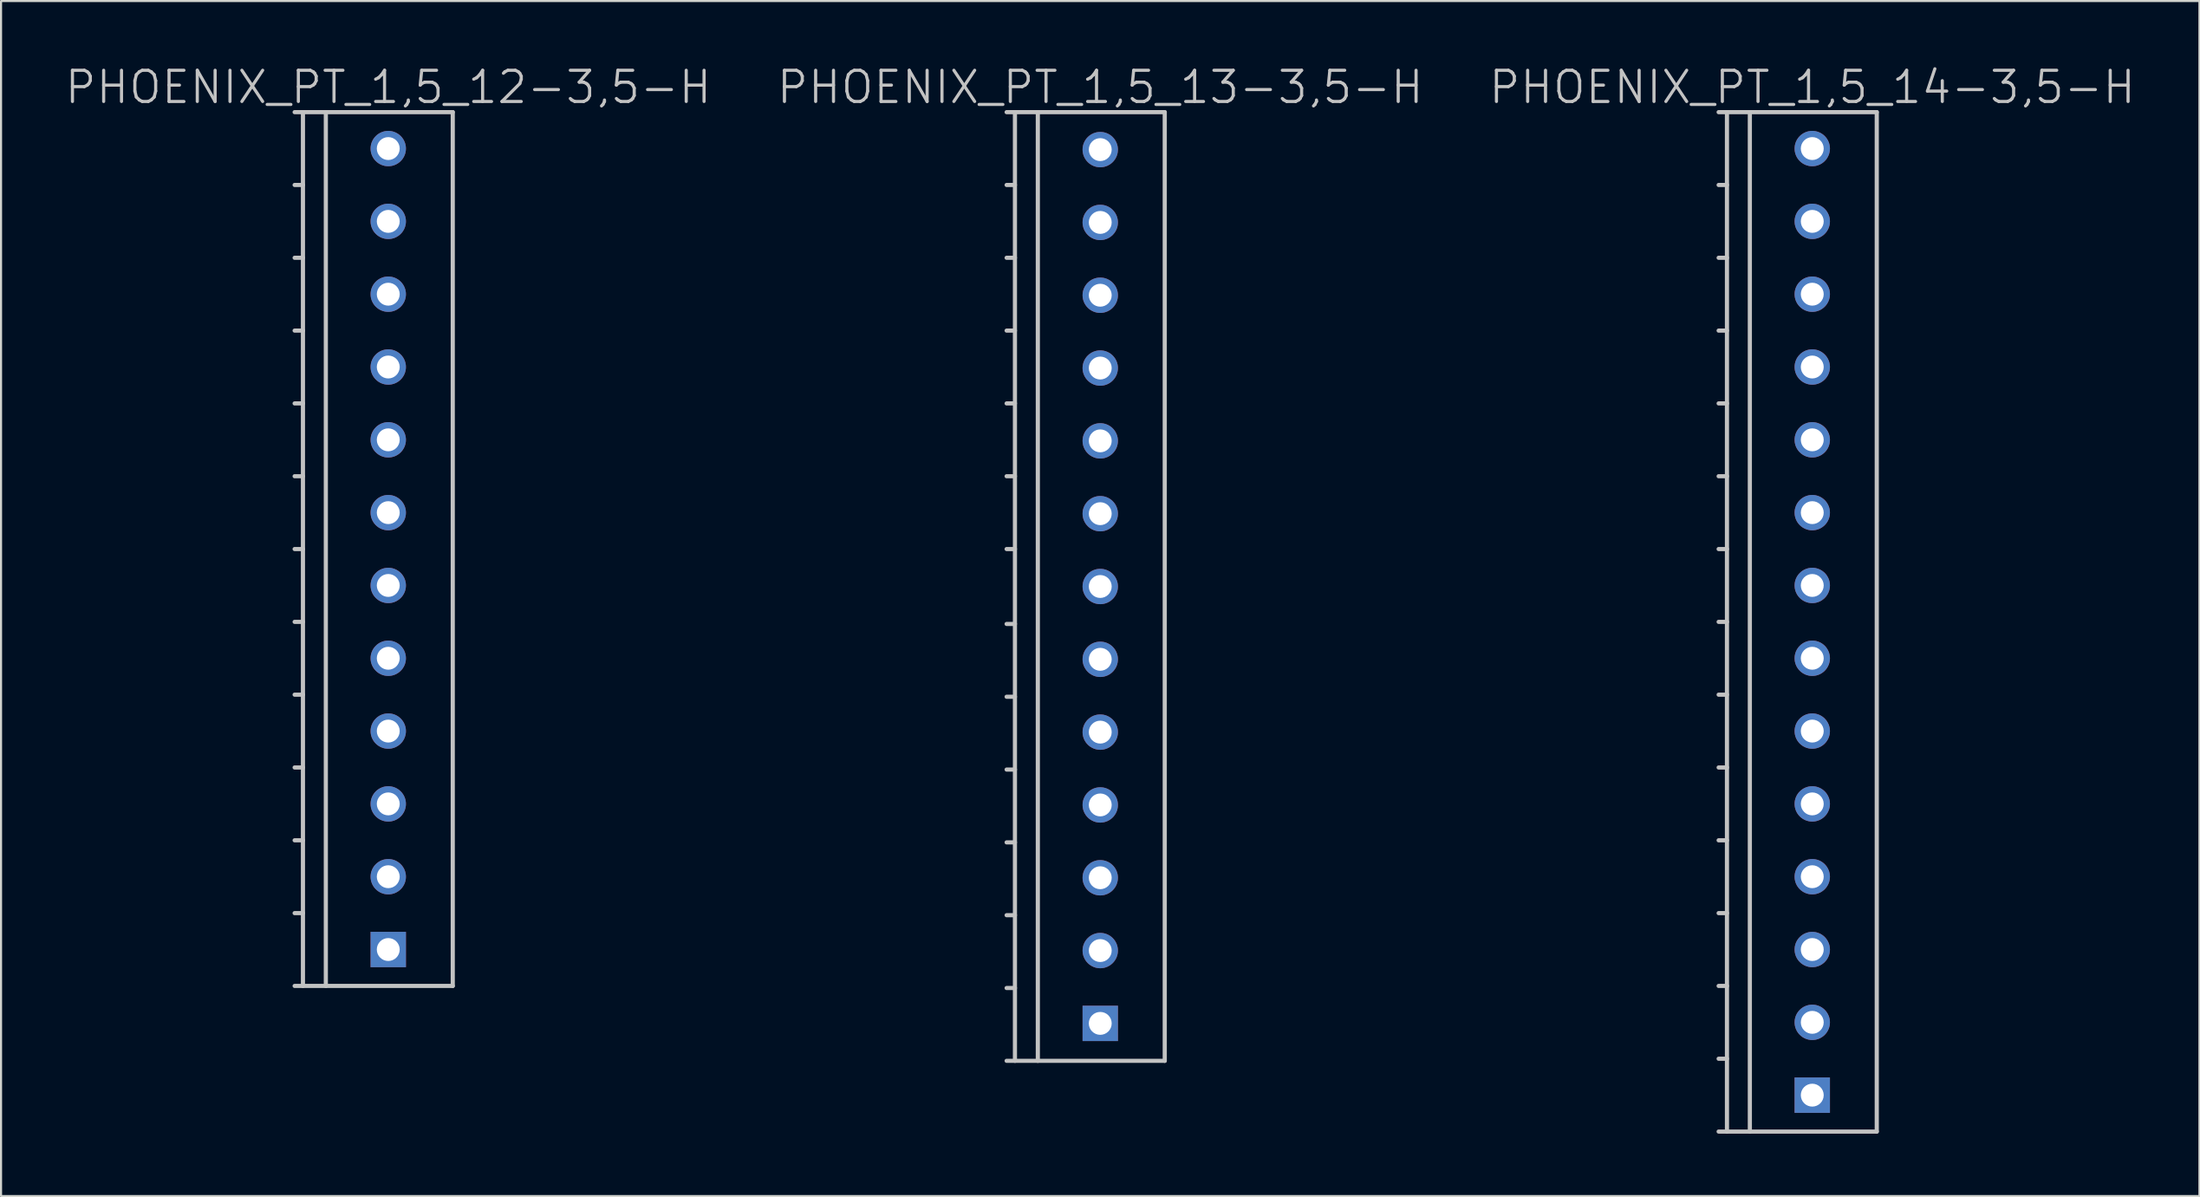
<source format=kicad_pcb>
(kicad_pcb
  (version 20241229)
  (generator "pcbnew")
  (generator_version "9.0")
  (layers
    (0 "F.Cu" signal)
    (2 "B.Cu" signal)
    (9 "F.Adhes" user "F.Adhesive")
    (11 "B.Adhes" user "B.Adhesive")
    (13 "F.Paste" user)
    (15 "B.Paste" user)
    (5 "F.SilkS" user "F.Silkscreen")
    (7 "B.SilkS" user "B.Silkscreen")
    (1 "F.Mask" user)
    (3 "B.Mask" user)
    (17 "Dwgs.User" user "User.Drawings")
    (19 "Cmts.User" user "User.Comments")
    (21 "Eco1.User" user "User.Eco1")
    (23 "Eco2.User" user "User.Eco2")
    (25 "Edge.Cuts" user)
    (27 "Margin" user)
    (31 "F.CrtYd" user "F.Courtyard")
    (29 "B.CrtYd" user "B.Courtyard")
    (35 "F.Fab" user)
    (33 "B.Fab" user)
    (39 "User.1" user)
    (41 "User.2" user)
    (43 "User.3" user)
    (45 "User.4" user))
  (footprint "PHOENIX_PT_1,5_13-3,5-H"
    (layer "F.Cu")
    (at 49.832 25.141)
    (property "Reference" "PHOENIX_PT_1,5_13-3,5-H" (at 0 -24 180) (layer "Dwgs.User") (effects (font (size 1.5 1.5) (thickness 0.15))))
    (attr through_hole)
    (fp_line (start -4.5 22.8) (end 3.1 22.8) (stroke (width 0.2) (type solid)) (layer "Dwgs.User"))
    (fp_line (start -4.1 -22.8) (end -4.1 22.8) (stroke (width 0.2) (type solid)) (layer "Dwgs.User"))
    (fp_line (start -4.1 -19.3) (end -4.5 -19.3) (stroke (width 0.2) (type solid)) (layer "Dwgs.User"))
    (fp_line (start -4.1 -15.8) (end -4.5 -15.8) (stroke (width 0.2) (type solid)) (layer "Dwgs.User"))
    (fp_line (start -4.1 -12.3) (end -4.5 -12.3) (stroke (width 0.2) (type solid)) (layer "Dwgs.User"))
    (fp_line (start -4.1 -8.8) (end -4.5 -8.8) (stroke (width 0.2) (type solid)) (layer "Dwgs.User"))
    (fp_line (start -4.1 -5.3) (end -4.5 -5.3) (stroke (width 0.2) (type solid)) (layer "Dwgs.User"))
    (fp_line (start -4.1 -1.8) (end -4.5 -1.8) (stroke (width 0.2) (type solid)) (layer "Dwgs.User"))
    (fp_line (start -4.1 1.8) (end -4.5 1.8) (stroke (width 0.2) (type solid)) (layer "Dwgs.User"))
    (fp_line (start -4.1 5.3) (end -4.5 5.3) (stroke (width 0.2) (type solid)) (layer "Dwgs.User"))
    (fp_line (start -4.1 8.8) (end -4.5 8.8) (stroke (width 0.2) (type solid)) (layer "Dwgs.User"))
    (fp_line (start -4.1 12.3) (end -4.5 12.3) (stroke (width 0.2) (type solid)) (layer "Dwgs.User"))
    (fp_line (start -4.1 15.8) (end -4.5 15.8) (stroke (width 0.2) (type solid)) (layer "Dwgs.User"))
    (fp_line (start -4.1 19.3) (end -4.5 19.3) (stroke (width 0.2) (type solid)) (layer "Dwgs.User"))
    (fp_line (start -3 -22.8) (end -3 22.8) (stroke (width 0.2) (type solid)) (layer "Dwgs.User"))
    (fp_line (start 3.1 -22.8) (end -4.5 -22.8) (stroke (width 0.2) (type solid)) (layer "Dwgs.User"))
    (fp_line (start 3.1 22.8) (end 3.1 -22.8) (stroke (width 0.2) (type solid)) (layer "Dwgs.User"))
    (pad "1" thru_hole rect (at 0 21) (size 1.7 1.7) (drill 1.1) (layers "*.Cu" "*.Mask"))
    (pad "2" thru_hole circle (at 0 17.5 270) (size 1.7 1.7) (drill 1.1) (layers "*.Cu" "*.Mask"))
    (pad "3" thru_hole circle (at 0 14 270) (size 1.7 1.7) (drill 1.1) (layers "*.Cu" "*.Mask"))
    (pad "4" thru_hole circle (at 0 10.5 270) (size 1.7 1.7) (drill 1.1) (layers "*.Cu" "*.Mask"))
    (pad "5" thru_hole circle (at 0 7 270) (size 1.7 1.7) (drill 1.1) (layers "*.Cu" "*.Mask"))
    (pad "6" thru_hole circle (at 0 3.5 270) (size 1.7 1.7) (drill 1.1) (layers "*.Cu" "*.Mask"))
    (pad "7" thru_hole circle (at 0 0 270) (size 1.7 1.7) (drill 1.1) (layers "*.Cu" "*.Mask"))
    (pad "8" thru_hole circle (at 0 -3.5 270) (size 1.7 1.7) (drill 1.1) (layers "*.Cu" "*.Mask"))
    (pad "9" thru_hole circle (at 0 -7 270) (size 1.7 1.7) (drill 1.1) (layers "*.Cu" "*.Mask"))
    (pad "10" thru_hole circle (at 0 -10.5 270) (size 1.7 1.7) (drill 1.1) (layers "*.Cu" "*.Mask"))
    (pad "11" thru_hole circle (at 0 -14 270) (size 1.7 1.7) (drill 1.1) (layers "*.Cu" "*.Mask"))
    (pad "12" thru_hole circle (at 0 -17.5 270) (size 1.7 1.7) (drill 1.1) (layers "*.Cu" "*.Mask"))
    (pad "13" thru_hole circle (at 0 -21 270) (size 1.7 1.7) (drill 1.1) (layers "*.Cu" "*.Mask")))
  (footprint "PHOENIX_PT_1,5_14-3,5-H"
    (layer "F.Cu")
    (at 84.054 26.841)
    (property "Reference" "PHOENIX_PT_1,5_14-3,5-H" (at 0 -25.7 180) (layer "Dwgs.User") (effects (font (size 1.5 1.5) (thickness 0.15))))
    (attr through_hole)
    (fp_line (start -4.5 24.5) (end 3.1 24.5) (stroke (width 0.2) (type solid)) (layer "Dwgs.User"))
    (fp_line (start -4.1 -24.5) (end -4.1 24.5) (stroke (width 0.2) (type solid)) (layer "Dwgs.User"))
    (fp_line (start -4.1 -21) (end -4.5 -21) (stroke (width 0.2) (type solid)) (layer "Dwgs.User"))
    (fp_line (start -4.1 -17.5) (end -4.5 -17.5) (stroke (width 0.2) (type solid)) (layer "Dwgs.User"))
    (fp_line (start -4.1 -14) (end -4.5 -14) (stroke (width 0.2) (type solid)) (layer "Dwgs.User"))
    (fp_line (start -4.1 -10.5) (end -4.5 -10.5) (stroke (width 0.2) (type solid)) (layer "Dwgs.User"))
    (fp_line (start -4.1 -7) (end -4.5 -7) (stroke (width 0.2) (type solid)) (layer "Dwgs.User"))
    (fp_line (start -4.1 -3.5) (end -4.5 -3.5) (stroke (width 0.2) (type solid)) (layer "Dwgs.User"))
    (fp_line (start -4.1 0) (end -4.5 0) (stroke (width 0.2) (type solid)) (layer "Dwgs.User"))
    (fp_line (start -4.1 3.5) (end -4.5 3.5) (stroke (width 0.2) (type solid)) (layer "Dwgs.User"))
    (fp_line (start -4.1 7) (end -4.5 7) (stroke (width 0.2) (type solid)) (layer "Dwgs.User"))
    (fp_line (start -4.1 10.5) (end -4.5 10.5) (stroke (width 0.2) (type solid)) (layer "Dwgs.User"))
    (fp_line (start -4.1 14) (end -4.5 14) (stroke (width 0.2) (type solid)) (layer "Dwgs.User"))
    (fp_line (start -4.1 17.5) (end -4.5 17.5) (stroke (width 0.2) (type solid)) (layer "Dwgs.User"))
    (fp_line (start -4.1 21) (end -4.5 21) (stroke (width 0.2) (type solid)) (layer "Dwgs.User"))
    (fp_line (start -3 -24.5) (end -3 24.5) (stroke (width 0.2) (type solid)) (layer "Dwgs.User"))
    (fp_line (start 3.1 -24.5) (end -4.5 -24.5) (stroke (width 0.2) (type solid)) (layer "Dwgs.User"))
    (fp_line (start 3.1 24.5) (end 3.1 -24.5) (stroke (width 0.2) (type solid)) (layer "Dwgs.User"))
    (pad "1" thru_hole rect (at 0 22.75) (size 1.7 1.7) (drill 1.1) (layers "*.Cu" "*.Mask"))
    (pad "2" thru_hole circle (at 0 19.25 270) (size 1.7 1.7) (drill 1.1) (layers "*.Cu" "*.Mask"))
    (pad "3" thru_hole circle (at 0 15.75 270) (size 1.7 1.7) (drill 1.1) (layers "*.Cu" "*.Mask"))
    (pad "4" thru_hole circle (at 0 12.25 270) (size 1.7 1.7) (drill 1.1) (layers "*.Cu" "*.Mask"))
    (pad "5" thru_hole circle (at 0 8.75 270) (size 1.7 1.7) (drill 1.1) (layers "*.Cu" "*.Mask"))
    (pad "6" thru_hole circle (at 0 5.25 270) (size 1.7 1.7) (drill 1.1) (layers "*.Cu" "*.Mask"))
    (pad "7" thru_hole circle (at 0 1.75 270) (size 1.7 1.7) (drill 1.1) (layers "*.Cu" "*.Mask"))
    (pad "8" thru_hole circle (at 0 -1.75 270) (size 1.7 1.7) (drill 1.1) (layers "*.Cu" "*.Mask"))
    (pad "9" thru_hole circle (at 0 -5.25 270) (size 1.7 1.7) (drill 1.1) (layers "*.Cu" "*.Mask"))
    (pad "10" thru_hole circle (at 0 -8.75 270) (size 1.7 1.7) (drill 1.1) (layers "*.Cu" "*.Mask"))
    (pad "11" thru_hole circle (at 0 -12.25 270) (size 1.7 1.7) (drill 1.1) (layers "*.Cu" "*.Mask"))
    (pad "12" thru_hole circle (at 0 -15.75 270) (size 1.7 1.7) (drill 1.1) (layers "*.Cu" "*.Mask"))
    (pad "13" thru_hole circle (at 0 -19.25 270) (size 1.7 1.7) (drill 1.1) (layers "*.Cu" "*.Mask"))
    (pad "14" thru_hole circle (at 0 -22.75 270) (size 1.7 1.7) (drill 1.1) (layers "*.Cu" "*.Mask")))
  (footprint "PHOENIX_PT_1,5_12-3,5-H"
    (layer "F.Cu")
    (at 15.611 23.341)
    (property "Reference" "PHOENIX_PT_1,5_12-3,5-H" (at 0 -22.2 180) (layer "Dwgs.User") (effects (font (size 1.5 1.5) (thickness 0.15))))
    (attr through_hole)
    (fp_line (start -4.5 21) (end 3.1 21) (stroke (width 0.2) (type solid)) (layer "Dwgs.User"))
    (fp_line (start -4.1 -21) (end -4.1 21) (stroke (width 0.2) (type solid)) (layer "Dwgs.User"))
    (fp_line (start -4.1 -17.5) (end -4.5 -17.5) (stroke (width 0.2) (type solid)) (layer "Dwgs.User"))
    (fp_line (start -4.1 -14) (end -4.5 -14) (stroke (width 0.2) (type solid)) (layer "Dwgs.User"))
    (fp_line (start -4.1 -10.5) (end -4.5 -10.5) (stroke (width 0.2) (type solid)) (layer "Dwgs.User"))
    (fp_line (start -4.1 -7) (end -4.5 -7) (stroke (width 0.2) (type solid)) (layer "Dwgs.User"))
    (fp_line (start -4.1 -3.5) (end -4.5 -3.5) (stroke (width 0.2) (type solid)) (layer "Dwgs.User"))
    (fp_line (start -4.1 0) (end -4.5 0) (stroke (width 0.2) (type solid)) (layer "Dwgs.User"))
    (fp_line (start -4.1 3.5) (end -4.5 3.5) (stroke (width 0.2) (type solid)) (layer "Dwgs.User"))
    (fp_line (start -4.1 7) (end -4.5 7) (stroke (width 0.2) (type solid)) (layer "Dwgs.User"))
    (fp_line (start -4.1 10.5) (end -4.5 10.5) (stroke (width 0.2) (type solid)) (layer "Dwgs.User"))
    (fp_line (start -4.1 14) (end -4.5 14) (stroke (width 0.2) (type solid)) (layer "Dwgs.User"))
    (fp_line (start -4.1 17.5) (end -4.5 17.5) (stroke (width 0.2) (type solid)) (layer "Dwgs.User"))
    (fp_line (start -3 -21) (end -3 21) (stroke (width 0.2) (type solid)) (layer "Dwgs.User"))
    (fp_line (start 3.1 -21) (end -4.5 -21) (stroke (width 0.2) (type solid)) (layer "Dwgs.User"))
    (fp_line (start 3.1 21) (end 3.1 -21) (stroke (width 0.2) (type solid)) (layer "Dwgs.User"))
    (pad "1" thru_hole rect (at 0 19.25) (size 1.7 1.7) (drill 1.1) (layers "*.Cu" "*.Mask"))
    (pad "2" thru_hole circle (at 0 15.75 270) (size 1.7 1.7) (drill 1.1) (layers "*.Cu" "*.Mask"))
    (pad "3" thru_hole circle (at 0 12.25 270) (size 1.7 1.7) (drill 1.1) (layers "*.Cu" "*.Mask"))
    (pad "4" thru_hole circle (at 0 8.75 270) (size 1.7 1.7) (drill 1.1) (layers "*.Cu" "*.Mask"))
    (pad "5" thru_hole circle (at 0 5.25 270) (size 1.7 1.7) (drill 1.1) (layers "*.Cu" "*.Mask"))
    (pad "6" thru_hole circle (at 0 1.75 270) (size 1.7 1.7) (drill 1.1) (layers "*.Cu" "*.Mask"))
    (pad "7" thru_hole circle (at 0 -1.75 270) (size 1.7 1.7) (drill 1.1) (layers "*.Cu" "*.Mask"))
    (pad "8" thru_hole circle (at 0 -5.25 270) (size 1.7 1.7) (drill 1.1) (layers "*.Cu" "*.Mask"))
    (pad "9" thru_hole circle (at 0 -8.75 270) (size 1.7 1.7) (drill 1.1) (layers "*.Cu" "*.Mask"))
    (pad "10" thru_hole circle (at 0 -12.25 270) (size 1.7 1.7) (drill 1.1) (layers "*.Cu" "*.Mask"))
    (pad "11" thru_hole circle (at 0 -15.75 270) (size 1.7 1.7) (drill 1.1) (layers "*.Cu" "*.Mask"))
    (pad "12" thru_hole circle (at 0 -19.25 270) (size 1.7 1.7) (drill 1.1) (layers "*.Cu" "*.Mask")))
  (gr_rect
    (start -3 -3)
    (end 102.664 54.441)
    (stroke (width 0.1) (type default))
    (fill no)
    (layer "Edge.Cuts")))
</source>
